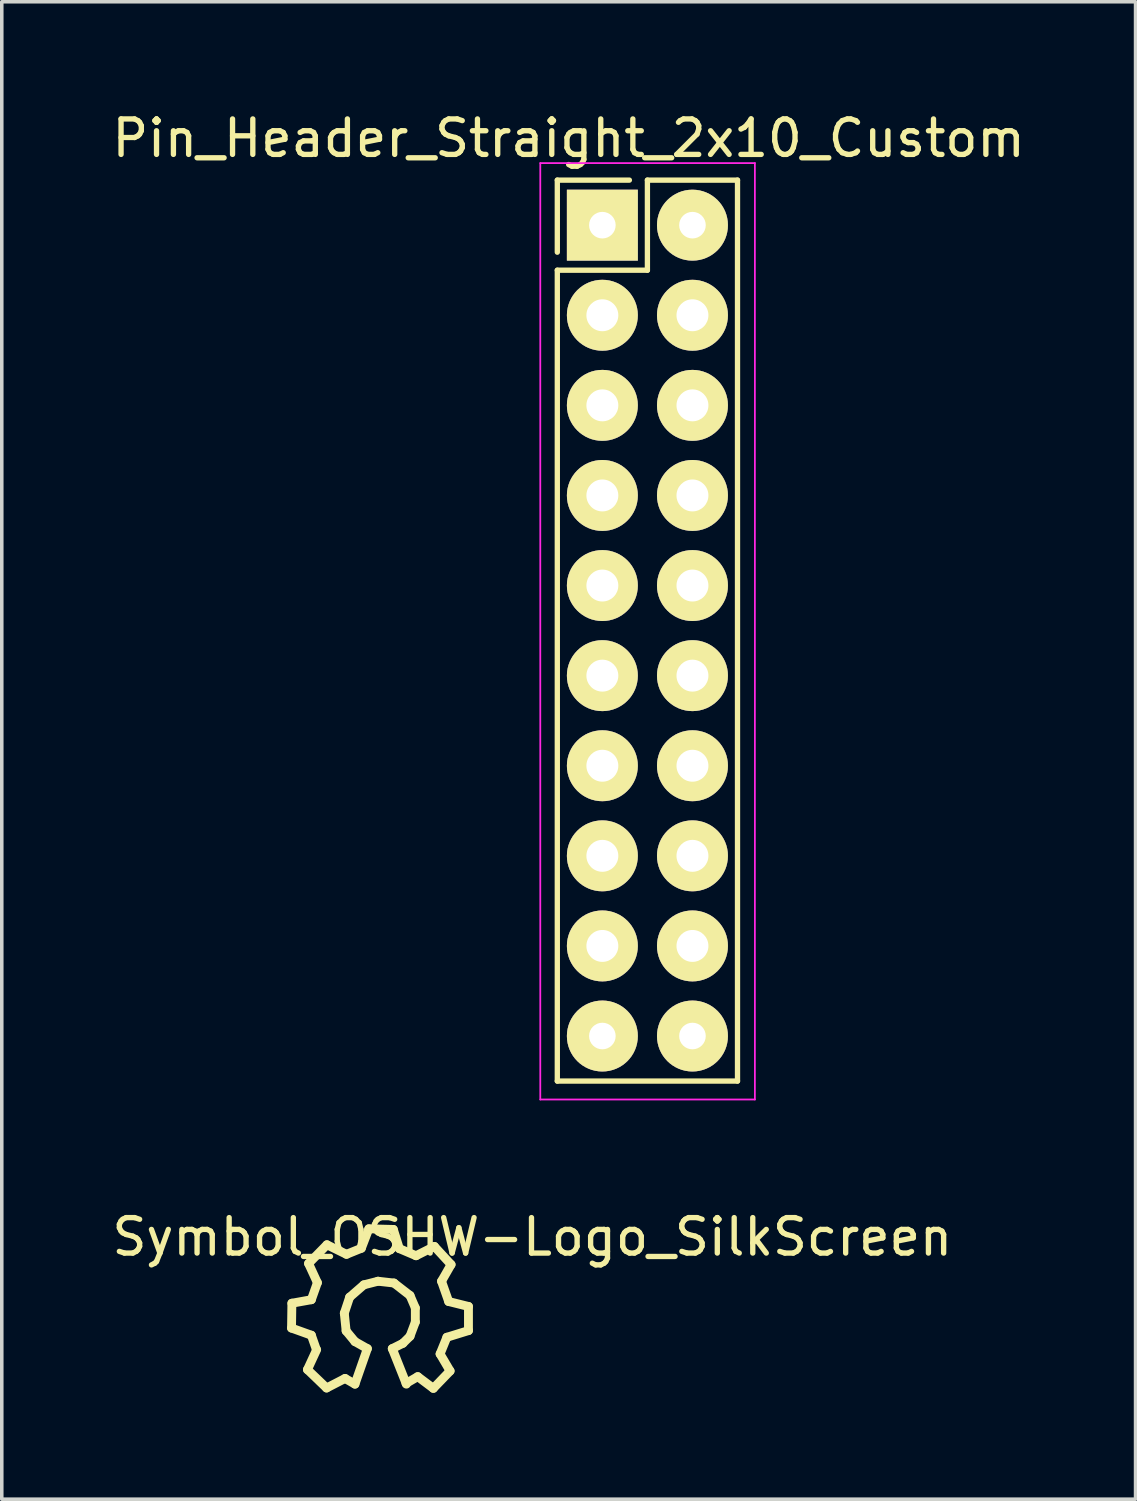
<source format=kicad_pcb>
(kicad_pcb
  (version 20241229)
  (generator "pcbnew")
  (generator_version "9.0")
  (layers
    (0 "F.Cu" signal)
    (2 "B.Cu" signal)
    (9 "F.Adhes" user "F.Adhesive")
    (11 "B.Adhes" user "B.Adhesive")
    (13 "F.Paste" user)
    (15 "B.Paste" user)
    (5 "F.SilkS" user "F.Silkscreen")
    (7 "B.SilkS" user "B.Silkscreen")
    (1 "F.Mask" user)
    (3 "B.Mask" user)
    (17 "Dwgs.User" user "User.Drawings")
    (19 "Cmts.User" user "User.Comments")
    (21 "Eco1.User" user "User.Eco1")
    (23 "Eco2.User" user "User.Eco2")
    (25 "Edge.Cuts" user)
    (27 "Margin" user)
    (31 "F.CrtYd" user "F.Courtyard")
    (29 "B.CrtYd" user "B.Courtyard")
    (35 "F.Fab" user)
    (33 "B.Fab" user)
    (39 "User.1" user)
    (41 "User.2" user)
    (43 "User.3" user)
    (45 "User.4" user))
  (footprint "Symbol_OSHW-Logo_SilkScreen"
    (layer "F.Cu")
    (at 7.658 34.072)
    (property "Reference" "Symbol_OSHW-Logo_SilkScreen" (at 4.3 -2.25 0) (layer "F.SilkS") (effects (font (size 1 1) (thickness 0.15))))
    (attr through_hole)
    (fp_line (start -2.489 0.32) (end -1.93 0.521) (stroke (width 0.25) (type solid)) (layer "F.SilkS"))
    (fp_line (start -2.479 -0.381) (end -2.489 0.32) (stroke (width 0.25) (type solid)) (layer "F.SilkS"))
    (fp_line (start -2.04 1.491) (end -1.501 2.009) (stroke (width 0.25) (type solid)) (layer "F.SilkS"))
    (fp_line (start -2.009 -1.501) (end -1.76 -0.96) (stroke (width 0.25) (type solid)) (layer "F.SilkS"))
    (fp_line (start -1.93 -0.48) (end -2.479 -0.381) (stroke (width 0.25) (type solid)) (layer "F.SilkS"))
    (fp_line (start -1.93 0.521) (end -1.791 0.919) (stroke (width 0.25) (type solid)) (layer "F.SilkS"))
    (fp_line (start -1.781 0.93) (end -2.04 1.491) (stroke (width 0.25) (type solid)) (layer "F.SilkS"))
    (fp_line (start -1.76 -0.96) (end -1.93 -0.48) (stroke (width 0.25) (type solid)) (layer "F.SilkS"))
    (fp_line (start -1.501 2.009) (end -0.98 1.74) (stroke (width 0.25) (type solid)) (layer "F.SilkS"))
    (fp_line (start -1.491 -2.029) (end -2.009 -1.501) (stroke (width 0.25) (type solid)) (layer "F.SilkS"))
    (fp_line (start -1.001 -0.099) (end -0.95 0.399) (stroke (width 0.25) (type solid)) (layer "F.SilkS"))
    (fp_line (start -0.98 1.74) (end -0.701 1.9) (stroke (width 0.25) (type solid)) (layer "F.SilkS"))
    (fp_line (start -0.95 0.399) (end -0.701 0.701) (stroke (width 0.25) (type solid)) (layer "F.SilkS"))
    (fp_line (start -0.94 -1.76) (end -1.491 -2.029) (stroke (width 0.25) (type solid)) (layer "F.SilkS"))
    (fp_line (start -0.851 -0.551) (end -1.001 -0.099) (stroke (width 0.25) (type solid)) (layer "F.SilkS"))
    (fp_line (start -0.701 0.701) (end -0.351 0.899) (stroke (width 0.25) (type solid)) (layer "F.SilkS"))
    (fp_line (start -0.521 -1.93) (end -0.94 -1.76) (stroke (width 0.25) (type solid)) (layer "F.SilkS"))
    (fp_line (start -0.45 -0.899) (end -0.851 -0.551) (stroke (width 0.25) (type solid)) (layer "F.SilkS"))
    (fp_line (start -0.351 0.899) (end -0.701 1.9) (stroke (width 0.25) (type solid)) (layer "F.SilkS"))
    (fp_line (start -0.31 -2.479) (end -0.521 -1.93) (stroke (width 0.25) (type solid)) (layer "F.SilkS"))
    (fp_line (start -0.051 -1.001) (end -0.45 -0.899) (stroke (width 0.25) (type solid)) (layer "F.SilkS"))
    (fp_line (start 0.351 0.899) (end 0.65 0.749) (stroke (width 0.25) (type solid)) (layer "F.SilkS"))
    (fp_line (start 0.351 0.899) (end 0.749 1.9) (stroke (width 0.25) (type solid)) (layer "F.SilkS"))
    (fp_line (start 0.381 -2.461) (end -0.31 -2.479) (stroke (width 0.25) (type solid)) (layer "F.SilkS"))
    (fp_line (start 0.399 -0.95) (end -0.051 -1.001) (stroke (width 0.25) (type solid)) (layer "F.SilkS"))
    (fp_line (start 0.551 -1.92) (end 0.381 -2.461) (stroke (width 0.25) (type solid)) (layer "F.SilkS"))
    (fp_line (start 0.65 0.749) (end 0.851 0.551) (stroke (width 0.25) (type solid)) (layer "F.SilkS"))
    (fp_line (start 0.739 1.88) (end 1.069 1.689) (stroke (width 0.25) (type solid)) (layer "F.SilkS"))
    (fp_line (start 0.851 -0.599) (end 0.399 -0.95) (stroke (width 0.25) (type solid)) (layer "F.SilkS"))
    (fp_line (start 0.851 0.551) (end 1.001 0.15) (stroke (width 0.25) (type solid)) (layer "F.SilkS"))
    (fp_line (start 1.001 -0.249) (end 0.851 -0.599) (stroke (width 0.25) (type solid)) (layer "F.SilkS"))
    (fp_line (start 1.001 0.15) (end 1.001 -0.249) (stroke (width 0.25) (type solid)) (layer "F.SilkS"))
    (fp_line (start 1.021 -1.72) (end 0.551 -1.92) (stroke (width 0.25) (type solid)) (layer "F.SilkS"))
    (fp_line (start 1.069 1.689) (end 1.509 2.019) (stroke (width 0.25) (type solid)) (layer "F.SilkS"))
    (fp_line (start 1.509 2.019) (end 1.981 1.529) (stroke (width 0.25) (type solid)) (layer "F.SilkS"))
    (fp_line (start 1.539 -1.981) (end 1.021 -1.72) (stroke (width 0.25) (type solid)) (layer "F.SilkS"))
    (fp_line (start 1.699 1.049) (end 1.89 0.579) (stroke (width 0.25) (type solid)) (layer "F.SilkS"))
    (fp_line (start 1.74 -1.001) (end 2.009 -1.471) (stroke (width 0.25) (type solid)) (layer "F.SilkS"))
    (fp_line (start 1.89 0.579) (end 2.499 0.391) (stroke (width 0.25) (type solid)) (layer "F.SilkS"))
    (fp_line (start 1.941 -0.429) (end 1.74 -1.001) (stroke (width 0.25) (type solid)) (layer "F.SilkS"))
    (fp_line (start 1.981 1.529) (end 1.699 1.049) (stroke (width 0.25) (type solid)) (layer "F.SilkS"))
    (fp_line (start 2.009 -1.471) (end 1.539 -1.981) (stroke (width 0.25) (type solid)) (layer "F.SilkS"))
    (fp_line (start 2.499 -0.29) (end 1.941 -0.429) (stroke (width 0.25) (type solid)) (layer "F.SilkS"))
    (fp_line (start 2.499 0.391) (end 2.499 -0.29) (stroke (width 0.25) (type solid)) (layer "F.SilkS")))
  (footprint "Pin_Header_Straight_2x10_Custom"
    (layer "F.Cu")
    (at 13.932 3.298)
    (property "Reference" "Pin_Header_Straight_2x10_Custom" (at -0.95 -2.45 0) (layer "F.SilkS") (effects (font (size 1 1) (thickness 0.15))))
    (attr through_hole)
    (fp_line (start -1.27 -1.27) (end -1.27 0.762) (stroke (width 0.15) (type solid)) (layer "F.SilkS"))
    (fp_line (start -1.27 1.27) (end -1.27 24.13) (stroke (width 0.15) (type solid)) (layer "F.SilkS"))
    (fp_line (start 0.762 -1.27) (end -1.27 -1.27) (stroke (width 0.15) (type solid)) (layer "F.SilkS"))
    (fp_line (start 1.27 -1.27) (end 1.27 1.27) (stroke (width 0.15) (type solid)) (layer "F.SilkS"))
    (fp_line (start 1.27 1.27) (end -1.27 1.27) (stroke (width 0.15) (type solid)) (layer "F.SilkS"))
    (fp_line (start 3.81 -1.27) (end 1.27 -1.27) (stroke (width 0.15) (type solid)) (layer "F.SilkS"))
    (fp_line (start 3.81 24.13) (end -1.27 24.13) (stroke (width 0.15) (type solid)) (layer "F.SilkS"))
    (fp_line (start 3.81 24.13) (end 3.81 -1.27) (stroke (width 0.15) (type solid)) (layer "F.SilkS"))
    (fp_line (start -1.75 -1.75) (end -1.75 24.65) (stroke (width 0.05) (type solid)) (layer "F.CrtYd"))
    (fp_line (start -1.75 -1.75) (end 4.3 -1.75) (stroke (width 0.05) (type solid)) (layer "F.CrtYd"))
    (fp_line (start -1.75 24.65) (end 4.3 24.65) (stroke (width 0.05) (type solid)) (layer "F.CrtYd"))
    (fp_line (start 4.3 -1.75) (end 4.3 24.65) (stroke (width 0.05) (type solid)) (layer "F.CrtYd"))
    (pad "1" thru_hole rect (at 0 0) (size 2 2) (drill 0.75) (layers "*.Cu" "*.Mask" "F.SilkS"))
    (pad "2" thru_hole oval (at 2.54 0) (size 2 2) (drill 0.75) (layers "*.Cu" "*.Mask" "F.SilkS"))
    (pad "3" thru_hole oval (at 0 2.54) (size 2 2) (drill 0.9) (layers "*.Cu" "*.Mask" "F.SilkS"))
    (pad "4" thru_hole oval (at 2.54 2.54) (size 2 2) (drill 0.9) (layers "*.Cu" "*.Mask" "F.SilkS"))
    (pad "5" thru_hole oval (at 0 5.08) (size 2 2) (drill 0.9) (layers "*.Cu" "*.Mask" "F.SilkS"))
    (pad "6" thru_hole oval (at 2.54 5.08) (size 2 2) (drill 0.9) (layers "*.Cu" "*.Mask" "F.SilkS"))
    (pad "7" thru_hole oval (at 0 7.62) (size 2 2) (drill 0.9) (layers "*.Cu" "*.Mask" "F.SilkS"))
    (pad "8" thru_hole oval (at 2.54 7.62) (size 2 2) (drill 0.9) (layers "*.Cu" "*.Mask" "F.SilkS"))
    (pad "9" thru_hole oval (at 0 10.16) (size 2 2) (drill 0.9) (layers "*.Cu" "*.Mask" "F.SilkS"))
    (pad "10" thru_hole oval (at 2.54 10.16) (size 2 2) (drill 0.9) (layers "*.Cu" "*.Mask" "F.SilkS"))
    (pad "11" thru_hole oval (at 0 12.7) (size 2 2) (drill 0.9) (layers "*.Cu" "*.Mask" "F.SilkS"))
    (pad "12" thru_hole oval (at 2.54 12.7) (size 2 2) (drill 0.9) (layers "*.Cu" "*.Mask" "F.SilkS"))
    (pad "13" thru_hole oval (at 0 15.24) (size 2 2) (drill 0.9) (layers "*.Cu" "*.Mask" "F.SilkS"))
    (pad "14" thru_hole oval (at 2.54 15.24) (size 2 2) (drill 0.9) (layers "*.Cu" "*.Mask" "F.SilkS"))
    (pad "15" thru_hole oval (at 0 17.78) (size 2 2) (drill 0.9) (layers "*.Cu" "*.Mask" "F.SilkS"))
    (pad "16" thru_hole oval (at 2.54 17.78) (size 2 2) (drill 0.9) (layers "*.Cu" "*.Mask" "F.SilkS"))
    (pad "17" thru_hole oval (at 0 20.32) (size 2 2) (drill 0.9) (layers "*.Cu" "*.Mask" "F.SilkS"))
    (pad "18" thru_hole oval (at 2.54 20.32) (size 2 2) (drill 0.9) (layers "*.Cu" "*.Mask" "F.SilkS"))
    (pad "19" thru_hole oval (at 0 22.86) (size 2 2) (drill 0.75) (layers "*.Cu" "*.Mask" "F.SilkS"))
    (pad "20" thru_hole oval (at 2.54 22.86) (size 2 2) (drill 0.75) (layers "*.Cu" "*.Mask" "F.SilkS")))
  (gr_rect
    (start -3 -3)
    (end 28.964 39.216)
    (stroke (width 0.1) (type default))
    (fill no)
    (layer "Edge.Cuts")))
</source>
